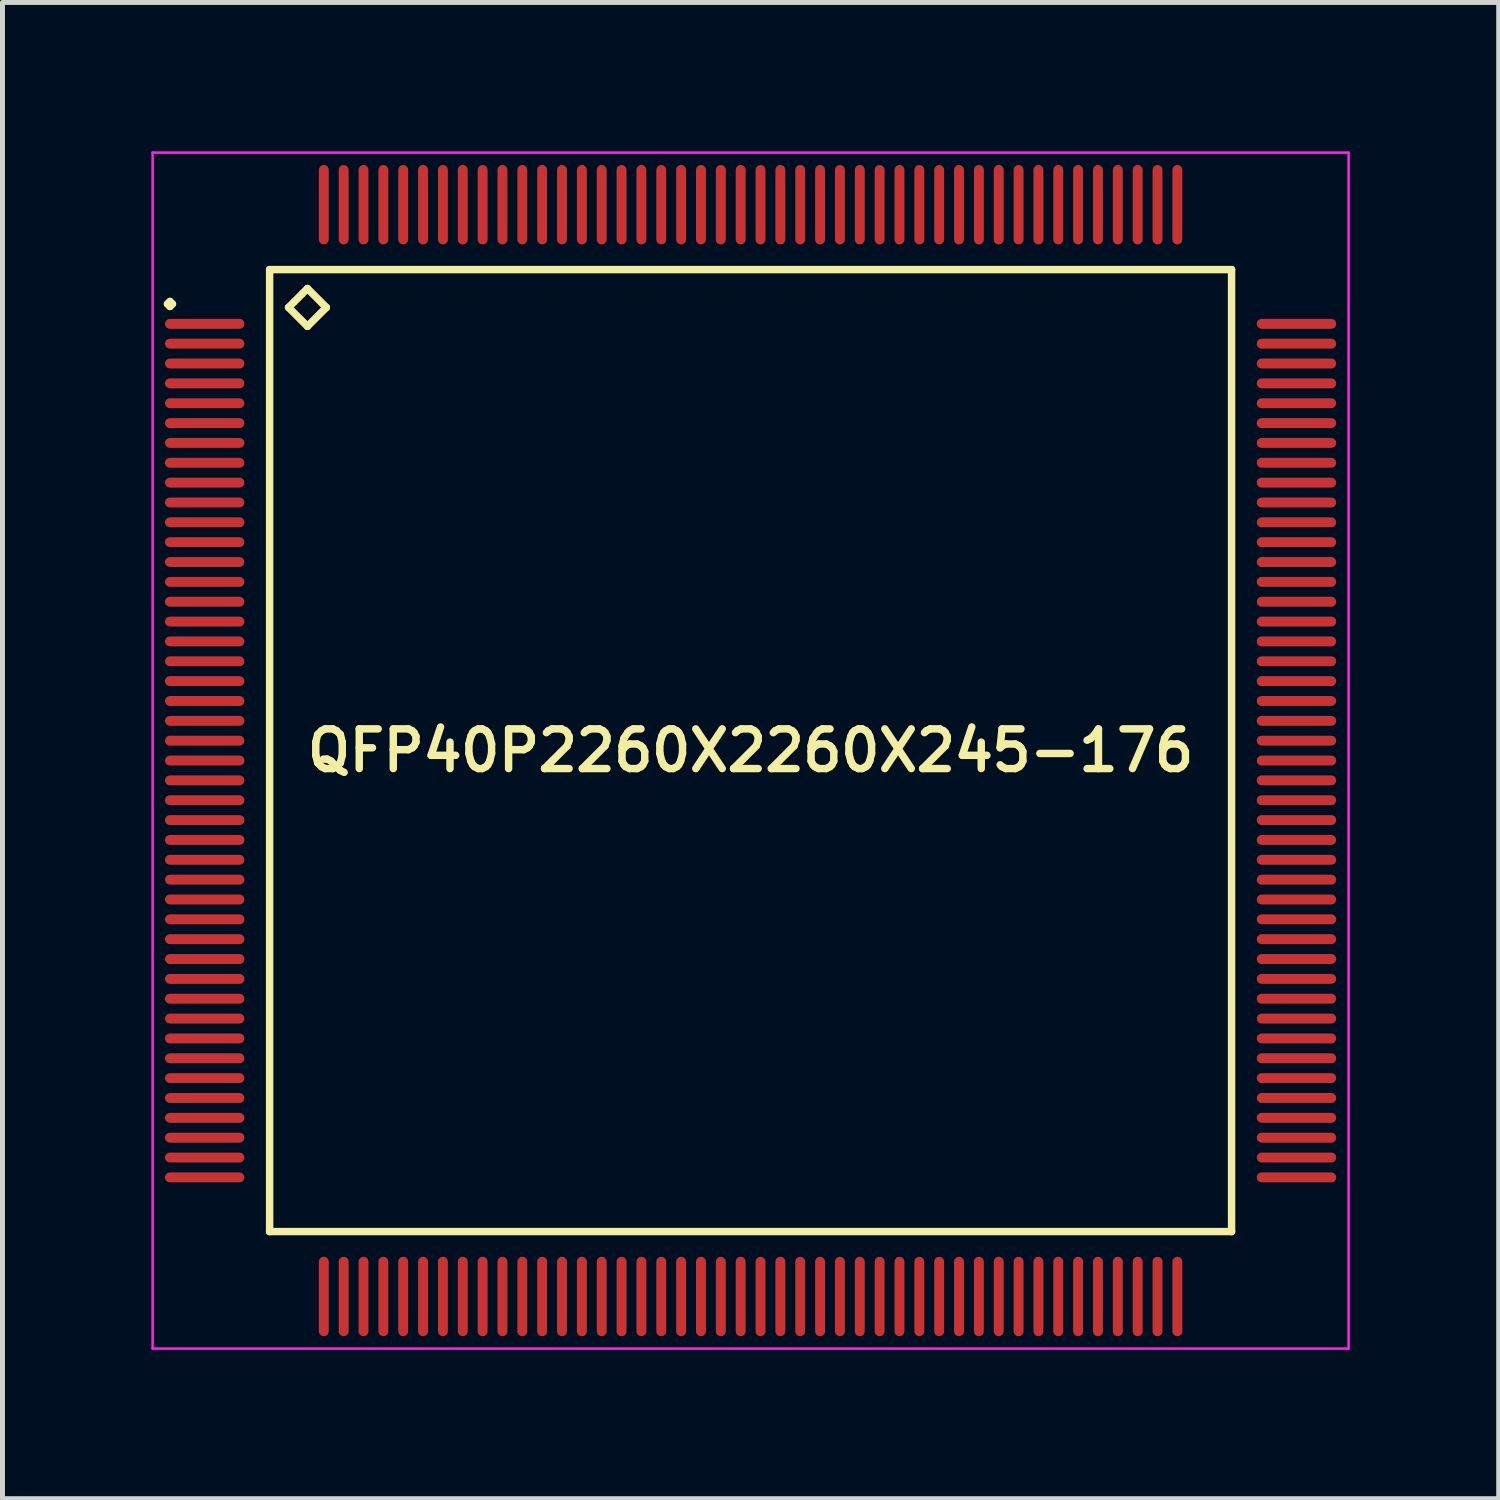
<source format=kicad_pcb>
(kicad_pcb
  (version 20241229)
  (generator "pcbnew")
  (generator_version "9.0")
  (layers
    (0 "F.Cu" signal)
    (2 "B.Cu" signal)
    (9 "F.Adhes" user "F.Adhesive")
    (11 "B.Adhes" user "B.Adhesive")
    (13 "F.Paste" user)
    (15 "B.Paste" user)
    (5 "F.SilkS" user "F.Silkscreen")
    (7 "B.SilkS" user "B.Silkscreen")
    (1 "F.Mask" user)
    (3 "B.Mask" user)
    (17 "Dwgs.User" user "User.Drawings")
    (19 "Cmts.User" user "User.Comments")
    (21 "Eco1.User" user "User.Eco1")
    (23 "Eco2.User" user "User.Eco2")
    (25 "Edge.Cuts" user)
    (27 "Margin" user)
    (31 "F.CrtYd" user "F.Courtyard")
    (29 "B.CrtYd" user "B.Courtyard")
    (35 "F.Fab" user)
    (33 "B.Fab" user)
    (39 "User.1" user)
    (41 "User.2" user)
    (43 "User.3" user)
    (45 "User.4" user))
  (footprint "QFP40P2260X2260X245-176"
    (layer "F.Cu")
    (at 12.075 12.075)
    (property "Reference" "QFP40P2260X2260X245-176" (at 0 0 0) (layer "F.SilkS") (effects (font (size 0.8 0.8) (thickness 0.15))))
    (attr smd)
    (fp_line (start -11.75 -9) (end -11.7 -9.05) (stroke (width 0.15) (type solid)) (layer "F.SilkS"))
    (fp_line (start -11.7 -9.05) (end -11.65 -9) (stroke (width 0.15) (type solid)) (layer "F.SilkS"))
    (fp_line (start -11.7 -8.95) (end -11.75 -9) (stroke (width 0.15) (type solid)) (layer "F.SilkS"))
    (fp_line (start -11.65 -9) (end -11.7 -8.95) (stroke (width 0.15) (type solid)) (layer "F.SilkS"))
    (fp_line (start -9.692 -9.692) (end -9.692 9.692) (stroke (width 0.15) (type solid)) (layer "F.SilkS"))
    (fp_line (start -9.692 9.692) (end 9.692 9.692) (stroke (width 0.15) (type solid)) (layer "F.SilkS"))
    (fp_line (start -9.311 -8.93) (end -8.93 -9.311) (stroke (width 0.15) (type solid)) (layer "F.SilkS"))
    (fp_line (start -8.93 -9.311) (end -8.549 -8.93) (stroke (width 0.15) (type solid)) (layer "F.SilkS"))
    (fp_line (start -8.93 -8.549) (end -9.311 -8.93) (stroke (width 0.15) (type solid)) (layer "F.SilkS"))
    (fp_line (start -8.549 -8.93) (end -8.93 -8.549) (stroke (width 0.15) (type solid)) (layer "F.SilkS"))
    (fp_line (start 9.692 -9.692) (end -9.692 -9.692) (stroke (width 0.15) (type solid)) (layer "F.SilkS"))
    (fp_line (start 9.692 9.692) (end 9.692 -9.692) (stroke (width 0.15) (type solid)) (layer "F.SilkS"))
    (fp_line (start -12.05 -12.05) (end 12.05 -12.05) (stroke (width 0.05) (type solid)) (layer "F.CrtYd"))
    (fp_line (start -12.05 12.05) (end -12.05 -12.05) (stroke (width 0.05) (type solid)) (layer "F.CrtYd"))
    (fp_line (start 12.05 -12.05) (end 12.05 12.05) (stroke (width 0.05) (type solid)) (layer "F.CrtYd"))
    (fp_line (start 12.05 12.05) (end -12.05 12.05) (stroke (width 0.05) (type solid)) (layer "F.CrtYd"))
    (pad "1" smd oval (at -11 -8.6) (size 1.6 0.2) (layers "F.Cu" "F.Mask" "F.Paste"))
    (pad "2" smd oval (at -11 -8.2) (size 1.6 0.2) (layers "F.Cu" "F.Mask" "F.Paste"))
    (pad "3" smd oval (at -11 -7.8) (size 1.6 0.2) (layers "F.Cu" "F.Mask" "F.Paste"))
    (pad "4" smd oval (at -11 -7.4) (size 1.6 0.2) (layers "F.Cu" "F.Mask" "F.Paste"))
    (pad "5" smd oval (at -11 -7) (size 1.6 0.2) (layers "F.Cu" "F.Mask" "F.Paste"))
    (pad "6" smd oval (at -11 -6.6) (size 1.6 0.2) (layers "F.Cu" "F.Mask" "F.Paste"))
    (pad "7" smd oval (at -11 -6.2) (size 1.6 0.2) (layers "F.Cu" "F.Mask" "F.Paste"))
    (pad "8" smd oval (at -11 -5.8) (size 1.6 0.2) (layers "F.Cu" "F.Mask" "F.Paste"))
    (pad "9" smd oval (at -11 -5.4) (size 1.6 0.2) (layers "F.Cu" "F.Mask" "F.Paste"))
    (pad "10" smd oval (at -11 -5) (size 1.6 0.2) (layers "F.Cu" "F.Mask" "F.Paste"))
    (pad "11" smd oval (at -11 -4.6) (size 1.6 0.2) (layers "F.Cu" "F.Mask" "F.Paste"))
    (pad "12" smd oval (at -11 -4.2) (size 1.6 0.2) (layers "F.Cu" "F.Mask" "F.Paste"))
    (pad "13" smd oval (at -11 -3.8) (size 1.6 0.2) (layers "F.Cu" "F.Mask" "F.Paste"))
    (pad "14" smd oval (at -11 -3.4) (size 1.6 0.2) (layers "F.Cu" "F.Mask" "F.Paste"))
    (pad "15" smd oval (at -11 -3) (size 1.6 0.2) (layers "F.Cu" "F.Mask" "F.Paste"))
    (pad "16" smd oval (at -11 -2.6) (size 1.6 0.2) (layers "F.Cu" "F.Mask" "F.Paste"))
    (pad "17" smd oval (at -11 -2.2) (size 1.6 0.2) (layers "F.Cu" "F.Mask" "F.Paste"))
    (pad "18" smd oval (at -11 -1.8) (size 1.6 0.2) (layers "F.Cu" "F.Mask" "F.Paste"))
    (pad "19" smd oval (at -11 -1.4) (size 1.6 0.2) (layers "F.Cu" "F.Mask" "F.Paste"))
    (pad "20" smd oval (at -11 -1) (size 1.6 0.2) (layers "F.Cu" "F.Mask" "F.Paste"))
    (pad "21" smd oval (at -11 -0.6) (size 1.6 0.2) (layers "F.Cu" "F.Mask" "F.Paste"))
    (pad "22" smd oval (at -11 -0.2) (size 1.6 0.2) (layers "F.Cu" "F.Mask" "F.Paste"))
    (pad "23" smd oval (at -11 0.2) (size 1.6 0.2) (layers "F.Cu" "F.Mask" "F.Paste"))
    (pad "24" smd oval (at -11 0.6) (size 1.6 0.2) (layers "F.Cu" "F.Mask" "F.Paste"))
    (pad "25" smd oval (at -11 1) (size 1.6 0.2) (layers "F.Cu" "F.Mask" "F.Paste"))
    (pad "26" smd oval (at -11 1.4) (size 1.6 0.2) (layers "F.Cu" "F.Mask" "F.Paste"))
    (pad "27" smd oval (at -11 1.8) (size 1.6 0.2) (layers "F.Cu" "F.Mask" "F.Paste"))
    (pad "28" smd oval (at -11 2.2) (size 1.6 0.2) (layers "F.Cu" "F.Mask" "F.Paste"))
    (pad "29" smd oval (at -11 2.6) (size 1.6 0.2) (layers "F.Cu" "F.Mask" "F.Paste"))
    (pad "30" smd oval (at -11 3) (size 1.6 0.2) (layers "F.Cu" "F.Mask" "F.Paste"))
    (pad "31" smd oval (at -11 3.4) (size 1.6 0.2) (layers "F.Cu" "F.Mask" "F.Paste"))
    (pad "32" smd oval (at -11 3.8) (size 1.6 0.2) (layers "F.Cu" "F.Mask" "F.Paste"))
    (pad "33" smd oval (at -11 4.2) (size 1.6 0.2) (layers "F.Cu" "F.Mask" "F.Paste"))
    (pad "34" smd oval (at -11 4.6) (size 1.6 0.2) (layers "F.Cu" "F.Mask" "F.Paste"))
    (pad "35" smd oval (at -11 5) (size 1.6 0.2) (layers "F.Cu" "F.Mask" "F.Paste"))
    (pad "36" smd oval (at -11 5.4) (size 1.6 0.2) (layers "F.Cu" "F.Mask" "F.Paste"))
    (pad "37" smd oval (at -11 5.8) (size 1.6 0.2) (layers "F.Cu" "F.Mask" "F.Paste"))
    (pad "38" smd oval (at -11 6.2) (size 1.6 0.2) (layers "F.Cu" "F.Mask" "F.Paste"))
    (pad "39" smd oval (at -11 6.6) (size 1.6 0.2) (layers "F.Cu" "F.Mask" "F.Paste"))
    (pad "40" smd oval (at -11 7) (size 1.6 0.2) (layers "F.Cu" "F.Mask" "F.Paste"))
    (pad "41" smd oval (at -11 7.4) (size 1.6 0.2) (layers "F.Cu" "F.Mask" "F.Paste"))
    (pad "42" smd oval (at -11 7.8) (size 1.6 0.2) (layers "F.Cu" "F.Mask" "F.Paste"))
    (pad "43" smd oval (at -11 8.2) (size 1.6 0.2) (layers "F.Cu" "F.Mask" "F.Paste"))
    (pad "44" smd oval (at -11 8.6) (size 1.6 0.2) (layers "F.Cu" "F.Mask" "F.Paste"))
    (pad "45" smd oval (at -8.6 11) (size 0.2 1.6) (layers "F.Cu" "F.Mask" "F.Paste"))
    (pad "46" smd oval (at -8.2 11) (size 0.2 1.6) (layers "F.Cu" "F.Mask" "F.Paste"))
    (pad "47" smd oval (at -7.8 11) (size 0.2 1.6) (layers "F.Cu" "F.Mask" "F.Paste"))
    (pad "48" smd oval (at -7.4 11) (size 0.2 1.6) (layers "F.Cu" "F.Mask" "F.Paste"))
    (pad "49" smd oval (at -7 11) (size 0.2 1.6) (layers "F.Cu" "F.Mask" "F.Paste"))
    (pad "50" smd oval (at -6.6 11) (size 0.2 1.6) (layers "F.Cu" "F.Mask" "F.Paste"))
    (pad "51" smd oval (at -6.2 11) (size 0.2 1.6) (layers "F.Cu" "F.Mask" "F.Paste"))
    (pad "52" smd oval (at -5.8 11) (size 0.2 1.6) (layers "F.Cu" "F.Mask" "F.Paste"))
    (pad "53" smd oval (at -5.4 11) (size 0.2 1.6) (layers "F.Cu" "F.Mask" "F.Paste"))
    (pad "54" smd oval (at -5 11) (size 0.2 1.6) (layers "F.Cu" "F.Mask" "F.Paste"))
    (pad "55" smd oval (at -4.6 11) (size 0.2 1.6) (layers "F.Cu" "F.Mask" "F.Paste"))
    (pad "56" smd oval (at -4.2 11) (size 0.2 1.6) (layers "F.Cu" "F.Mask" "F.Paste"))
    (pad "57" smd oval (at -3.8 11) (size 0.2 1.6) (layers "F.Cu" "F.Mask" "F.Paste"))
    (pad "58" smd oval (at -3.4 11) (size 0.2 1.6) (layers "F.Cu" "F.Mask" "F.Paste"))
    (pad "59" smd oval (at -3 11) (size 0.2 1.6) (layers "F.Cu" "F.Mask" "F.Paste"))
    (pad "60" smd oval (at -2.6 11) (size 0.2 1.6) (layers "F.Cu" "F.Mask" "F.Paste"))
    (pad "61" smd oval (at -2.2 11) (size 0.2 1.6) (layers "F.Cu" "F.Mask" "F.Paste"))
    (pad "62" smd oval (at -1.8 11) (size 0.2 1.6) (layers "F.Cu" "F.Mask" "F.Paste"))
    (pad "63" smd oval (at -1.4 11) (size 0.2 1.6) (layers "F.Cu" "F.Mask" "F.Paste"))
    (pad "64" smd oval (at -1 11) (size 0.2 1.6) (layers "F.Cu" "F.Mask" "F.Paste"))
    (pad "65" smd oval (at -0.6 11) (size 0.2 1.6) (layers "F.Cu" "F.Mask" "F.Paste"))
    (pad "66" smd oval (at -0.2 11) (size 0.2 1.6) (layers "F.Cu" "F.Mask" "F.Paste"))
    (pad "67" smd oval (at 0.2 11) (size 0.2 1.6) (layers "F.Cu" "F.Mask" "F.Paste"))
    (pad "68" smd oval (at 0.6 11) (size 0.2 1.6) (layers "F.Cu" "F.Mask" "F.Paste"))
    (pad "69" smd oval (at 1 11) (size 0.2 1.6) (layers "F.Cu" "F.Mask" "F.Paste"))
    (pad "70" smd oval (at 1.4 11) (size 0.2 1.6) (layers "F.Cu" "F.Mask" "F.Paste"))
    (pad "71" smd oval (at 1.8 11) (size 0.2 1.6) (layers "F.Cu" "F.Mask" "F.Paste"))
    (pad "72" smd oval (at 2.2 11) (size 0.2 1.6) (layers "F.Cu" "F.Mask" "F.Paste"))
    (pad "73" smd oval (at 2.6 11) (size 0.2 1.6) (layers "F.Cu" "F.Mask" "F.Paste"))
    (pad "74" smd oval (at 3 11) (size 0.2 1.6) (layers "F.Cu" "F.Mask" "F.Paste"))
    (pad "75" smd oval (at 3.4 11) (size 0.2 1.6) (layers "F.Cu" "F.Mask" "F.Paste"))
    (pad "76" smd oval (at 3.8 11) (size 0.2 1.6) (layers "F.Cu" "F.Mask" "F.Paste"))
    (pad "77" smd oval (at 4.2 11) (size 0.2 1.6) (layers "F.Cu" "F.Mask" "F.Paste"))
    (pad "78" smd oval (at 4.6 11) (size 0.2 1.6) (layers "F.Cu" "F.Mask" "F.Paste"))
    (pad "79" smd oval (at 5 11) (size 0.2 1.6) (layers "F.Cu" "F.Mask" "F.Paste"))
    (pad "80" smd oval (at 5.4 11) (size 0.2 1.6) (layers "F.Cu" "F.Mask" "F.Paste"))
    (pad "81" smd oval (at 5.8 11) (size 0.2 1.6) (layers "F.Cu" "F.Mask" "F.Paste"))
    (pad "82" smd oval (at 6.2 11) (size 0.2 1.6) (layers "F.Cu" "F.Mask" "F.Paste"))
    (pad "83" smd oval (at 6.6 11) (size 0.2 1.6) (layers "F.Cu" "F.Mask" "F.Paste"))
    (pad "84" smd oval (at 7 11) (size 0.2 1.6) (layers "F.Cu" "F.Mask" "F.Paste"))
    (pad "85" smd oval (at 7.4 11) (size 0.2 1.6) (layers "F.Cu" "F.Mask" "F.Paste"))
    (pad "86" smd oval (at 7.8 11) (size 0.2 1.6) (layers "F.Cu" "F.Mask" "F.Paste"))
    (pad "87" smd oval (at 8.2 11) (size 0.2 1.6) (layers "F.Cu" "F.Mask" "F.Paste"))
    (pad "88" smd oval (at 8.6 11) (size 0.2 1.6) (layers "F.Cu" "F.Mask" "F.Paste"))
    (pad "89" smd oval (at 11 8.6) (size 1.6 0.2) (layers "F.Cu" "F.Mask" "F.Paste"))
    (pad "90" smd oval (at 11 8.2) (size 1.6 0.2) (layers "F.Cu" "F.Mask" "F.Paste"))
    (pad "91" smd oval (at 11 7.8) (size 1.6 0.2) (layers "F.Cu" "F.Mask" "F.Paste"))
    (pad "92" smd oval (at 11 7.4) (size 1.6 0.2) (layers "F.Cu" "F.Mask" "F.Paste"))
    (pad "93" smd oval (at 11 7) (size 1.6 0.2) (layers "F.Cu" "F.Mask" "F.Paste"))
    (pad "94" smd oval (at 11 6.6) (size 1.6 0.2) (layers "F.Cu" "F.Mask" "F.Paste"))
    (pad "95" smd oval (at 11 6.2) (size 1.6 0.2) (layers "F.Cu" "F.Mask" "F.Paste"))
    (pad "96" smd oval (at 11 5.8) (size 1.6 0.2) (layers "F.Cu" "F.Mask" "F.Paste"))
    (pad "97" smd oval (at 11 5.4) (size 1.6 0.2) (layers "F.Cu" "F.Mask" "F.Paste"))
    (pad "98" smd oval (at 11 5) (size 1.6 0.2) (layers "F.Cu" "F.Mask" "F.Paste"))
    (pad "99" smd oval (at 11 4.6) (size 1.6 0.2) (layers "F.Cu" "F.Mask" "F.Paste"))
    (pad "100" smd oval (at 11 4.2) (size 1.6 0.2) (layers "F.Cu" "F.Mask" "F.Paste"))
    (pad "101" smd oval (at 11 3.8) (size 1.6 0.2) (layers "F.Cu" "F.Mask" "F.Paste"))
    (pad "102" smd oval (at 11 3.4) (size 1.6 0.2) (layers "F.Cu" "F.Mask" "F.Paste"))
    (pad "103" smd oval (at 11 3) (size 1.6 0.2) (layers "F.Cu" "F.Mask" "F.Paste"))
    (pad "104" smd oval (at 11 2.6) (size 1.6 0.2) (layers "F.Cu" "F.Mask" "F.Paste"))
    (pad "105" smd oval (at 11 2.2) (size 1.6 0.2) (layers "F.Cu" "F.Mask" "F.Paste"))
    (pad "106" smd oval (at 11 1.8) (size 1.6 0.2) (layers "F.Cu" "F.Mask" "F.Paste"))
    (pad "107" smd oval (at 11 1.4) (size 1.6 0.2) (layers "F.Cu" "F.Mask" "F.Paste"))
    (pad "108" smd oval (at 11 1) (size 1.6 0.2) (layers "F.Cu" "F.Mask" "F.Paste"))
    (pad "109" smd oval (at 11 0.6) (size 1.6 0.2) (layers "F.Cu" "F.Mask" "F.Paste"))
    (pad "110" smd oval (at 11 0.2) (size 1.6 0.2) (layers "F.Cu" "F.Mask" "F.Paste"))
    (pad "111" smd oval (at 11 -0.2) (size 1.6 0.2) (layers "F.Cu" "F.Mask" "F.Paste"))
    (pad "112" smd oval (at 11 -0.6) (size 1.6 0.2) (layers "F.Cu" "F.Mask" "F.Paste"))
    (pad "113" smd oval (at 11 -1) (size 1.6 0.2) (layers "F.Cu" "F.Mask" "F.Paste"))
    (pad "114" smd oval (at 11 -1.4) (size 1.6 0.2) (layers "F.Cu" "F.Mask" "F.Paste"))
    (pad "115" smd oval (at 11 -1.8) (size 1.6 0.2) (layers "F.Cu" "F.Mask" "F.Paste"))
    (pad "116" smd oval (at 11 -2.2) (size 1.6 0.2) (layers "F.Cu" "F.Mask" "F.Paste"))
    (pad "117" smd oval (at 11 -2.6) (size 1.6 0.2) (layers "F.Cu" "F.Mask" "F.Paste"))
    (pad "118" smd oval (at 11 -3) (size 1.6 0.2) (layers "F.Cu" "F.Mask" "F.Paste"))
    (pad "119" smd oval (at 11 -3.4) (size 1.6 0.2) (layers "F.Cu" "F.Mask" "F.Paste"))
    (pad "120" smd oval (at 11 -3.8) (size 1.6 0.2) (layers "F.Cu" "F.Mask" "F.Paste"))
    (pad "121" smd oval (at 11 -4.2) (size 1.6 0.2) (layers "F.Cu" "F.Mask" "F.Paste"))
    (pad "122" smd oval (at 11 -4.6) (size 1.6 0.2) (layers "F.Cu" "F.Mask" "F.Paste"))
    (pad "123" smd oval (at 11 -5) (size 1.6 0.2) (layers "F.Cu" "F.Mask" "F.Paste"))
    (pad "124" smd oval (at 11 -5.4) (size 1.6 0.2) (layers "F.Cu" "F.Mask" "F.Paste"))
    (pad "125" smd oval (at 11 -5.8) (size 1.6 0.2) (layers "F.Cu" "F.Mask" "F.Paste"))
    (pad "126" smd oval (at 11 -6.2) (size 1.6 0.2) (layers "F.Cu" "F.Mask" "F.Paste"))
    (pad "127" smd oval (at 11 -6.6) (size 1.6 0.2) (layers "F.Cu" "F.Mask" "F.Paste"))
    (pad "128" smd oval (at 11 -7) (size 1.6 0.2) (layers "F.Cu" "F.Mask" "F.Paste"))
    (pad "129" smd oval (at 11 -7.4) (size 1.6 0.2) (layers "F.Cu" "F.Mask" "F.Paste"))
    (pad "130" smd oval (at 11 -7.8) (size 1.6 0.2) (layers "F.Cu" "F.Mask" "F.Paste"))
    (pad "131" smd oval (at 11 -8.2) (size 1.6 0.2) (layers "F.Cu" "F.Mask" "F.Paste"))
    (pad "132" smd oval (at 11 -8.6) (size 1.6 0.2) (layers "F.Cu" "F.Mask" "F.Paste"))
    (pad "133" smd oval (at 8.6 -11) (size 0.2 1.6) (layers "F.Cu" "F.Mask" "F.Paste"))
    (pad "134" smd oval (at 8.2 -11) (size 0.2 1.6) (layers "F.Cu" "F.Mask" "F.Paste"))
    (pad "135" smd oval (at 7.8 -11) (size 0.2 1.6) (layers "F.Cu" "F.Mask" "F.Paste"))
    (pad "136" smd oval (at 7.4 -11) (size 0.2 1.6) (layers "F.Cu" "F.Mask" "F.Paste"))
    (pad "137" smd oval (at 7 -11) (size 0.2 1.6) (layers "F.Cu" "F.Mask" "F.Paste"))
    (pad "138" smd oval (at 6.6 -11) (size 0.2 1.6) (layers "F.Cu" "F.Mask" "F.Paste"))
    (pad "139" smd oval (at 6.2 -11) (size 0.2 1.6) (layers "F.Cu" "F.Mask" "F.Paste"))
    (pad "140" smd oval (at 5.8 -11) (size 0.2 1.6) (layers "F.Cu" "F.Mask" "F.Paste"))
    (pad "141" smd oval (at 5.4 -11) (size 0.2 1.6) (layers "F.Cu" "F.Mask" "F.Paste"))
    (pad "142" smd oval (at 5 -11) (size 0.2 1.6) (layers "F.Cu" "F.Mask" "F.Paste"))
    (pad "143" smd oval (at 4.6 -11) (size 0.2 1.6) (layers "F.Cu" "F.Mask" "F.Paste"))
    (pad "144" smd oval (at 4.2 -11) (size 0.2 1.6) (layers "F.Cu" "F.Mask" "F.Paste"))
    (pad "145" smd oval (at 3.8 -11) (size 0.2 1.6) (layers "F.Cu" "F.Mask" "F.Paste"))
    (pad "146" smd oval (at 3.4 -11) (size 0.2 1.6) (layers "F.Cu" "F.Mask" "F.Paste"))
    (pad "147" smd oval (at 3 -11) (size 0.2 1.6) (layers "F.Cu" "F.Mask" "F.Paste"))
    (pad "148" smd oval (at 2.6 -11) (size 0.2 1.6) (layers "F.Cu" "F.Mask" "F.Paste"))
    (pad "149" smd oval (at 2.2 -11) (size 0.2 1.6) (layers "F.Cu" "F.Mask" "F.Paste"))
    (pad "150" smd oval (at 1.8 -11) (size 0.2 1.6) (layers "F.Cu" "F.Mask" "F.Paste"))
    (pad "151" smd oval (at 1.4 -11) (size 0.2 1.6) (layers "F.Cu" "F.Mask" "F.Paste"))
    (pad "152" smd oval (at 1 -11) (size 0.2 1.6) (layers "F.Cu" "F.Mask" "F.Paste"))
    (pad "153" smd oval (at 0.6 -11) (size 0.2 1.6) (layers "F.Cu" "F.Mask" "F.Paste"))
    (pad "154" smd oval (at 0.2 -11) (size 0.2 1.6) (layers "F.Cu" "F.Mask" "F.Paste"))
    (pad "155" smd oval (at -0.2 -11) (size 0.2 1.6) (layers "F.Cu" "F.Mask" "F.Paste"))
    (pad "156" smd oval (at -0.6 -11) (size 0.2 1.6) (layers "F.Cu" "F.Mask" "F.Paste"))
    (pad "157" smd oval (at -1 -11) (size 0.2 1.6) (layers "F.Cu" "F.Mask" "F.Paste"))
    (pad "158" smd oval (at -1.4 -11) (size 0.2 1.6) (layers "F.Cu" "F.Mask" "F.Paste"))
    (pad "159" smd oval (at -1.8 -11) (size 0.2 1.6) (layers "F.Cu" "F.Mask" "F.Paste"))
    (pad "160" smd oval (at -2.2 -11) (size 0.2 1.6) (layers "F.Cu" "F.Mask" "F.Paste"))
    (pad "161" smd oval (at -2.6 -11) (size 0.2 1.6) (layers "F.Cu" "F.Mask" "F.Paste"))
    (pad "162" smd oval (at -3 -11) (size 0.2 1.6) (layers "F.Cu" "F.Mask" "F.Paste"))
    (pad "163" smd oval (at -3.4 -11) (size 0.2 1.6) (layers "F.Cu" "F.Mask" "F.Paste"))
    (pad "164" smd oval (at -3.8 -11) (size 0.2 1.6) (layers "F.Cu" "F.Mask" "F.Paste"))
    (pad "165" smd oval (at -4.2 -11) (size 0.2 1.6) (layers "F.Cu" "F.Mask" "F.Paste"))
    (pad "166" smd oval (at -4.6 -11) (size 0.2 1.6) (layers "F.Cu" "F.Mask" "F.Paste"))
    (pad "167" smd oval (at -5 -11) (size 0.2 1.6) (layers "F.Cu" "F.Mask" "F.Paste"))
    (pad "168" smd oval (at -5.4 -11) (size 0.2 1.6) (layers "F.Cu" "F.Mask" "F.Paste"))
    (pad "169" smd oval (at -5.8 -11) (size 0.2 1.6) (layers "F.Cu" "F.Mask" "F.Paste"))
    (pad "170" smd oval (at -6.2 -11) (size 0.2 1.6) (layers "F.Cu" "F.Mask" "F.Paste"))
    (pad "171" smd oval (at -6.6 -11) (size 0.2 1.6) (layers "F.Cu" "F.Mask" "F.Paste"))
    (pad "172" smd oval (at -7 -11) (size 0.2 1.6) (layers "F.Cu" "F.Mask" "F.Paste"))
    (pad "173" smd oval (at -7.4 -11) (size 0.2 1.6) (layers "F.Cu" "F.Mask" "F.Paste"))
    (pad "174" smd oval (at -7.8 -11) (size 0.2 1.6) (layers "F.Cu" "F.Mask" "F.Paste"))
    (pad "175" smd oval (at -8.2 -11) (size 0.2 1.6) (layers "F.Cu" "F.Mask" "F.Paste"))
    (pad "176" smd oval (at -8.6 -11) (size 0.2 1.6) (layers "F.Cu" "F.Mask" "F.Paste")))
  (gr_rect
    (start -3 -3)
    (end 27.15 27.15)
    (stroke (width 0.1) (type default))
    (fill no)
    (layer "Edge.Cuts")))
</source>
